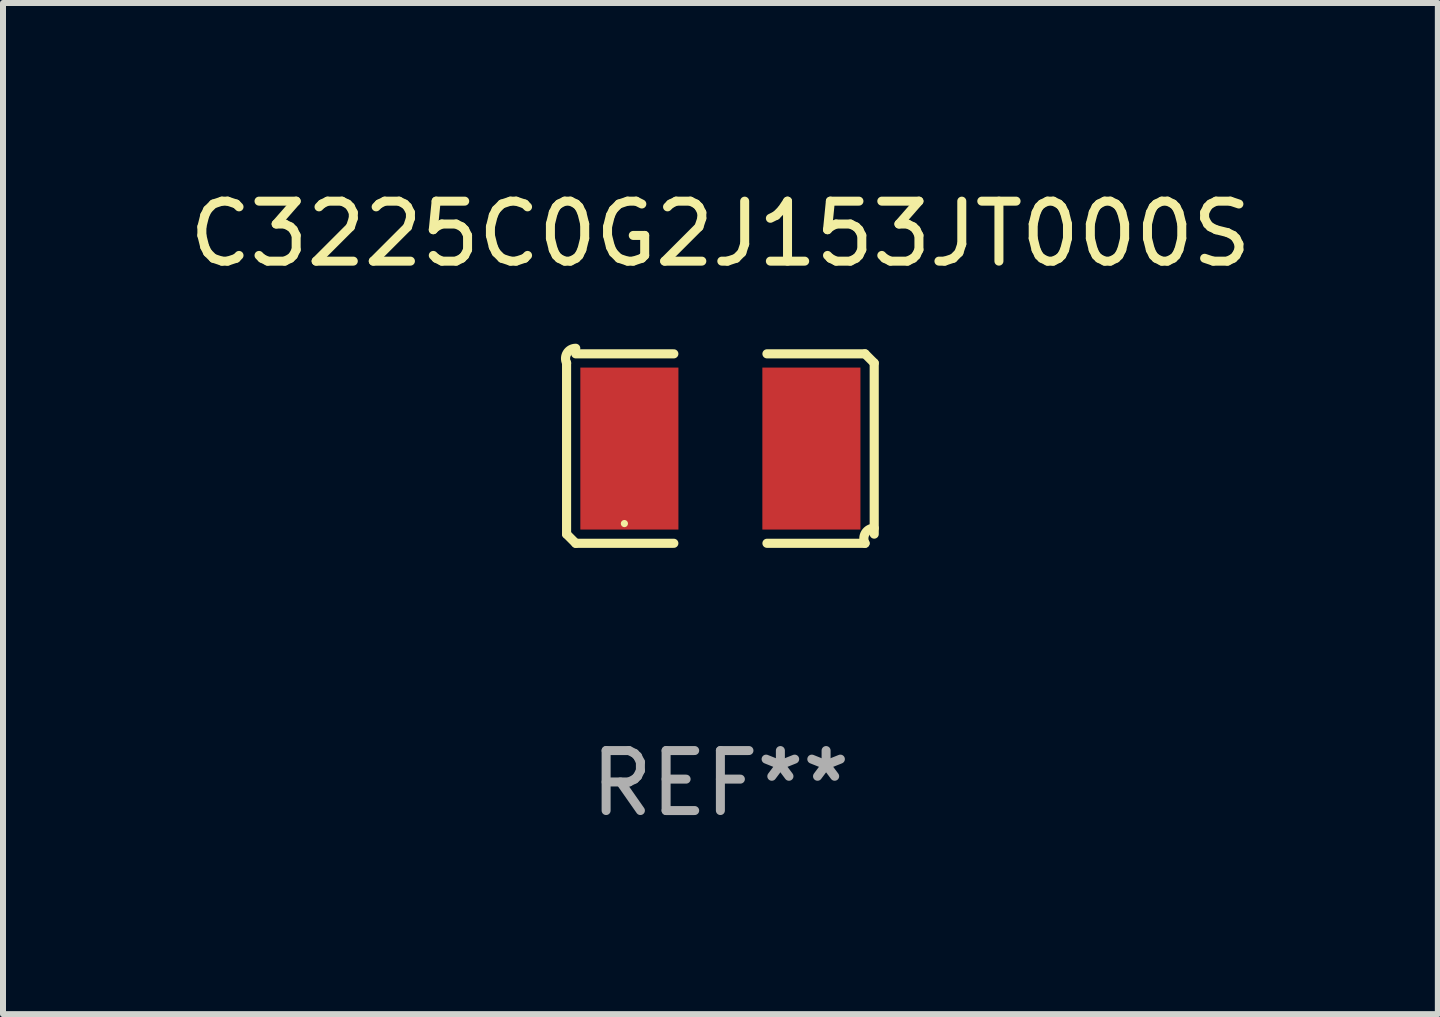
<source format=kicad_pcb>
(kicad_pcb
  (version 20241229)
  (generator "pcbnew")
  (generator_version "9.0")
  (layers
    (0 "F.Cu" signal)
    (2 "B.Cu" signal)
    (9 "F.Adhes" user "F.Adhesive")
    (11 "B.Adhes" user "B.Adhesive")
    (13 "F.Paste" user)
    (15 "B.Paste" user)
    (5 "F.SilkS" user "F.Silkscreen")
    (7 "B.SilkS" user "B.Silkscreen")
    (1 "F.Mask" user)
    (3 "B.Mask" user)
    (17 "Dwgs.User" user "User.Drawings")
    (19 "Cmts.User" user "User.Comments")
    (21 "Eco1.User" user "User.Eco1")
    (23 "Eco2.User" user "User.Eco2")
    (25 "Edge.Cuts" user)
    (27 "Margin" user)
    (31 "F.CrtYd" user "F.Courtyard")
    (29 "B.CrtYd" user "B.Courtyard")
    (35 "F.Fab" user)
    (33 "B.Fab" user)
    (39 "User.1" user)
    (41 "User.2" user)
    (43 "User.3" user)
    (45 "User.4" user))
  (footprint "C3225C0G2J153JT000S"
    (layer "F.Cu")
    (at 8.958 4.427)
    (property "Reference" "C3225C0G2J153JT000S" (at 0 -3.579 0) (layer "F.SilkS") (effects (font (size 1 1) (thickness 0.15))))
    (attr through_hole)
    (fp_line (start -2.564 1.426) (end -2.564 -1.426) (stroke (width 0.152) (type solid)) (layer "F.SilkS"))
    (fp_line (start -2.411 -1.579) (end -0.776 -1.579) (stroke (width 0.152) (type solid)) (layer "F.SilkS"))
    (fp_line (start -0.776 1.579) (end -2.411 1.579) (stroke (width 0.152) (type solid)) (layer "F.SilkS"))
    (fp_line (start 0.776 1.579) (end 2.411 1.579) (stroke (width 0.152) (type solid)) (layer "F.SilkS"))
    (fp_line (start 2.411 -1.579) (end 0.776 -1.579) (stroke (width 0.152) (type solid)) (layer "F.SilkS"))
    (fp_line (start 2.564 1.426) (end 2.564 -1.426) (stroke (width 0.152) (type solid)) (layer "F.SilkS"))
    (fp_arc (start -2.563602 -1.426213) (mid -2.555597 -1.591233) (end -2.411201 -1.671518) (stroke (width 0.1524) (type solid)) (layer "F.SilkS"))
    (fp_arc (start -2.5636 1.426214) (mid -2.487389 1.502402) (end -2.411201 1.578613) (stroke (width 0.1524) (type solid)) (layer "F.SilkS"))
    (fp_arc (start 2.411197 -1.578618) (mid 2.487403 -1.502419) (end 2.563602 -1.426213) (stroke (width 0.1524) (type solid)) (layer "F.SilkS"))
    (fp_arc (start 2.411201 1.578613) (mid 2.416214 1.409455) (end 2.563602 1.32629) (stroke (width 0.1524) (type solid)) (layer "F.SilkS"))
    (fp_circle (center -1.6 1.25) (end -1.57 1.25) (stroke (width 0.06) (type solid)) (fill no) (layer "F.SilkS"))
    (fp_text user "REF**" (at 0 5.579 0) (layer "F.Fab") (effects (font (size 1 1) (thickness 0.15))))
    (pad "1" smd rect (at -1.517 0) (size 1.635 2.7) (layers "F.Cu" "F.Mask" "F.Paste"))
    (pad "2" smd rect (at 1.517 0) (size 1.635 2.7) (layers "F.Cu" "F.Mask" "F.Paste")))
  (gr_rect
    (start -3 -3)
    (end 20.917 13.854)
    (stroke (width 0.1) (type default))
    (fill no)
    (layer "Edge.Cuts")))
</source>
